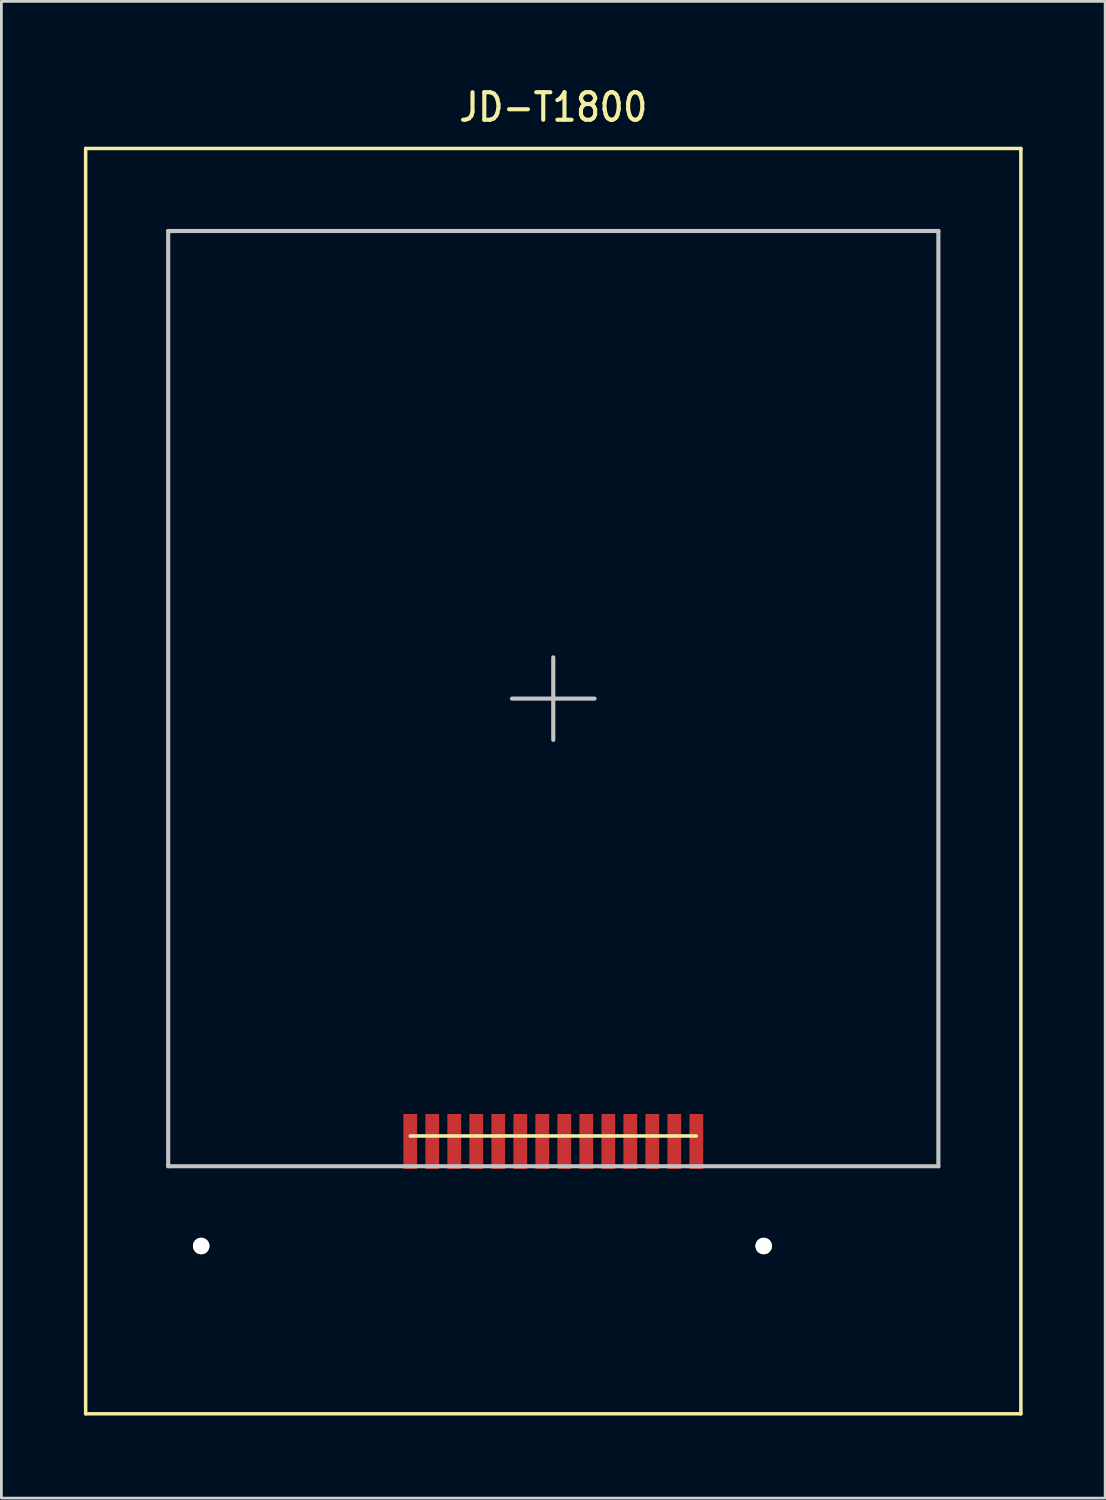
<source format=kicad_pcb>
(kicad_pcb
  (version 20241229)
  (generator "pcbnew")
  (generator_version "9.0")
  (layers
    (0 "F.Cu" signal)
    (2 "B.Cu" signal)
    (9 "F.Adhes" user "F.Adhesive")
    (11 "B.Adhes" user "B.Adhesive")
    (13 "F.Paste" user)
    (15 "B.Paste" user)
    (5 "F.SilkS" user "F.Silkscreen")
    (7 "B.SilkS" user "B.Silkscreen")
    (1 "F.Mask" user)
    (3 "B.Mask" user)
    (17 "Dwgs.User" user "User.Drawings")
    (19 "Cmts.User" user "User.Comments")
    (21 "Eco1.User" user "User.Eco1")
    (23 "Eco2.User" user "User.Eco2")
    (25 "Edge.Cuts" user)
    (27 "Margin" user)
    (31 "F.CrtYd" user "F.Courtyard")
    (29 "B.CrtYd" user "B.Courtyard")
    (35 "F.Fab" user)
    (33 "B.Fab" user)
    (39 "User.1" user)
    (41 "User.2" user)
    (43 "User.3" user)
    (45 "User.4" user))
  (footprint "JD-T1800"
    (layer "F.Cu")
    (at 17.064 22.348)
    (property "Reference" "JD-T1800" (at 0 -21.5 0) (layer "F.SilkS") (effects (font (size 1 0.9) (thickness 0.15))))
    (attr smd)
    (fp_line (start -17 -20) (end 17 -20) (stroke (width 0.127) (type solid)) (layer "F.SilkS"))
    (fp_line (start -17 26) (end -17 -20) (stroke (width 0.127) (type solid)) (layer "F.SilkS"))
    (fp_line (start -5.2 15.9) (end 5.2 15.9) (stroke (width 0.127) (type solid)) (layer "F.SilkS"))
    (fp_line (start 17 -20) (end 17 26) (stroke (width 0.127) (type solid)) (layer "F.SilkS"))
    (fp_line (start 17 26) (end -17 26) (stroke (width 0.127) (type solid)) (layer "F.SilkS"))
    (fp_line (start -14 -17) (end 14 -17) (stroke (width 0.15) (type solid)) (layer "Dwgs.User"))
    (fp_line (start -14 17) (end -14 -17) (stroke (width 0.15) (type solid)) (layer "Dwgs.User"))
    (fp_line (start -1.5 0) (end 1.5 0) (stroke (width 0.15) (type solid)) (layer "Dwgs.User"))
    (fp_line (start 0 -1.5) (end 0 1.5) (stroke (width 0.15) (type solid)) (layer "Dwgs.User"))
    (fp_line (start 14 -17) (end 14 17) (stroke (width 0.15) (type solid)) (layer "Dwgs.User"))
    (fp_line (start 14 17) (end -14 17) (stroke (width 0.15) (type solid)) (layer "Dwgs.User"))
    (pad "" np_thru_hole circle (at -12.8 19.9) (size 0.6 0.6) (drill 0.6) (layers "*.Cu" "*.Mask" "F.SilkS"))
    (pad "" np_thru_hole circle (at 7.65 19.9) (size 0.6 0.6) (drill 0.6) (layers "*.Cu" "*.Mask" "F.SilkS"))
    (pad "1" smd rect (at 5.2 16.1 90) (size 2 0.5) (layers "F.Cu" "F.Mask" "F.Paste"))
    (pad "2" smd rect (at 4.4 16.1 90) (size 2 0.5) (layers "F.Cu" "F.Mask" "F.Paste"))
    (pad "3" smd rect (at 3.6 16.1 90) (size 2 0.5) (layers "F.Cu" "F.Mask" "F.Paste"))
    (pad "4" smd rect (at 2.8 16.1 90) (size 2 0.5) (layers "F.Cu" "F.Mask" "F.Paste"))
    (pad "5" smd rect (at 2 16.1 90) (size 2 0.5) (layers "F.Cu" "F.Mask" "F.Paste"))
    (pad "6" smd rect (at 1.2 16.1 90) (size 2 0.5) (layers "F.Cu" "F.Mask" "F.Paste"))
    (pad "7" smd rect (at 0.4 16.1 90) (size 2 0.5) (layers "F.Cu" "F.Mask" "F.Paste"))
    (pad "8" smd rect (at -0.4 16.1 90) (size 2 0.5) (layers "F.Cu" "F.Mask" "F.Paste"))
    (pad "9" smd rect (at -1.2 16.1 90) (size 2 0.5) (layers "F.Cu" "F.Mask" "F.Paste"))
    (pad "10" smd rect (at -2 16.1 90) (size 2 0.5) (layers "F.Cu" "F.Mask" "F.Paste"))
    (pad "11" smd rect (at -2.8 16.1 90) (size 2 0.5) (layers "F.Cu" "F.Mask" "F.Paste"))
    (pad "12" smd rect (at -3.6 16.1 90) (size 2 0.5) (layers "F.Cu" "F.Mask" "F.Paste"))
    (pad "13" smd rect (at -4.4 16.1 90) (size 2 0.5) (layers "F.Cu" "F.Mask" "F.Paste"))
    (pad "14" smd rect (at -5.2 16.1 90) (size 2 0.5) (layers "F.Cu" "F.Mask" "F.Paste")))
  (gr_rect
    (start -3 -3)
    (end 37.127 51.412)
    (stroke (width 0.1) (type default))
    (fill no)
    (layer "Edge.Cuts")))
</source>
